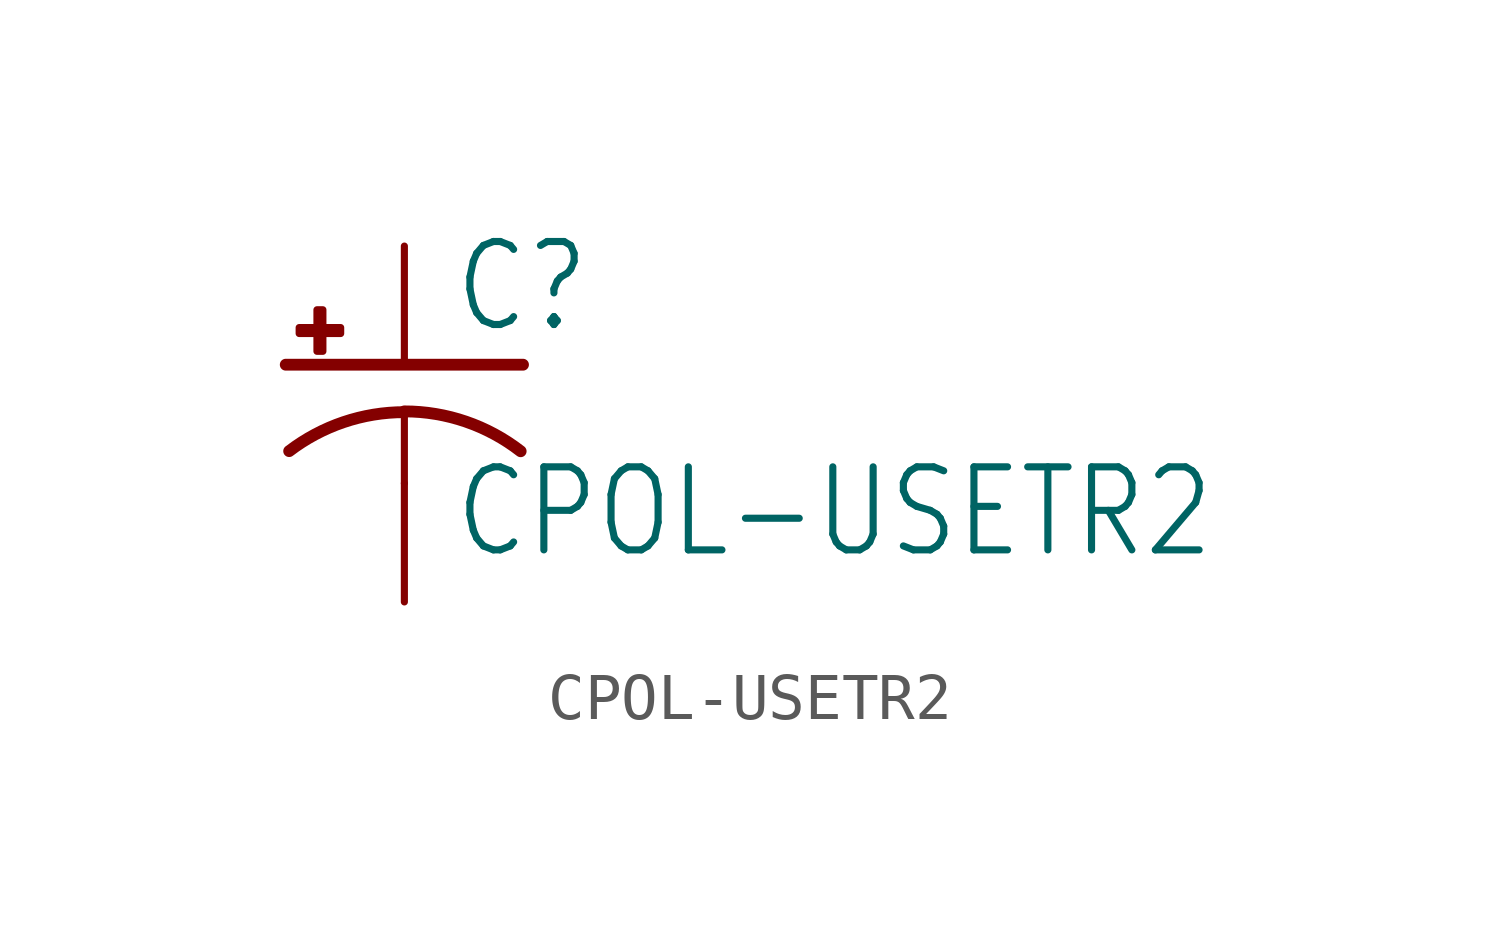
<source format=kicad_sym>
(kicad_symbol_lib
  (version 20220331)
  (generator kicad_symbol_editor)
  (symbol "CPOL-USETR2"
    (property "Reference" "C"
      (at 1.016 0.635 0)
      (effects (font (size 1.778 1.511)) (justify left bottom)))
    (property "Value" "CPOL-USETR2"
      (at 1.016 -4.191 0)
      (effects (font (size 1.778 1.511)) (justify left bottom)))
    (property "ki_locked" ""
      (at 0 0 0)
      (effects (font (size 1.27 1.27))))
    (symbol "CPOL-USETR2_1_0"
      (rectangle (start -2.253 0.668) (end -1.364 0.795) (stroke (width 0) (type default)) (fill (type outline)))
      (rectangle (start -1.872 0.287) (end -1.745 1.176) (stroke (width 0) (type default)) (fill (type outline)))
      (arc (start 0 -1.0161) (mid -1.3021 -1.2302) (end -2.4669 -1.8504) (stroke (width 0.254) (type solid)) (fill (type none)))
      (polyline (pts (xy -2.54 0) (xy 2.54 0)) (stroke (width 0.254) (type solid)) (fill (type none)))
      (polyline (pts (xy 0 -1.016) (xy 0 -2.54)) (stroke (width 0.152) (type solid)) (fill (type none)))
      (arc (start 2.4892 -1.8542) (mid 1.3158 -1.2195) (end 0 -1) (stroke (width 0.254) (type solid)) (fill (type none)))
      (pin passive line (at 0 2.54 270) (length 2.54) (name "+" (effects (font (size 0 0)))) (number "+" (effects (font (size 0 0)))))
      (pin passive line (at 0 -5.08 90) (length 2.54) (name "-" (effects (font (size 0 0)))) (number "-" (effects (font (size 0 0))))))))
</source>
